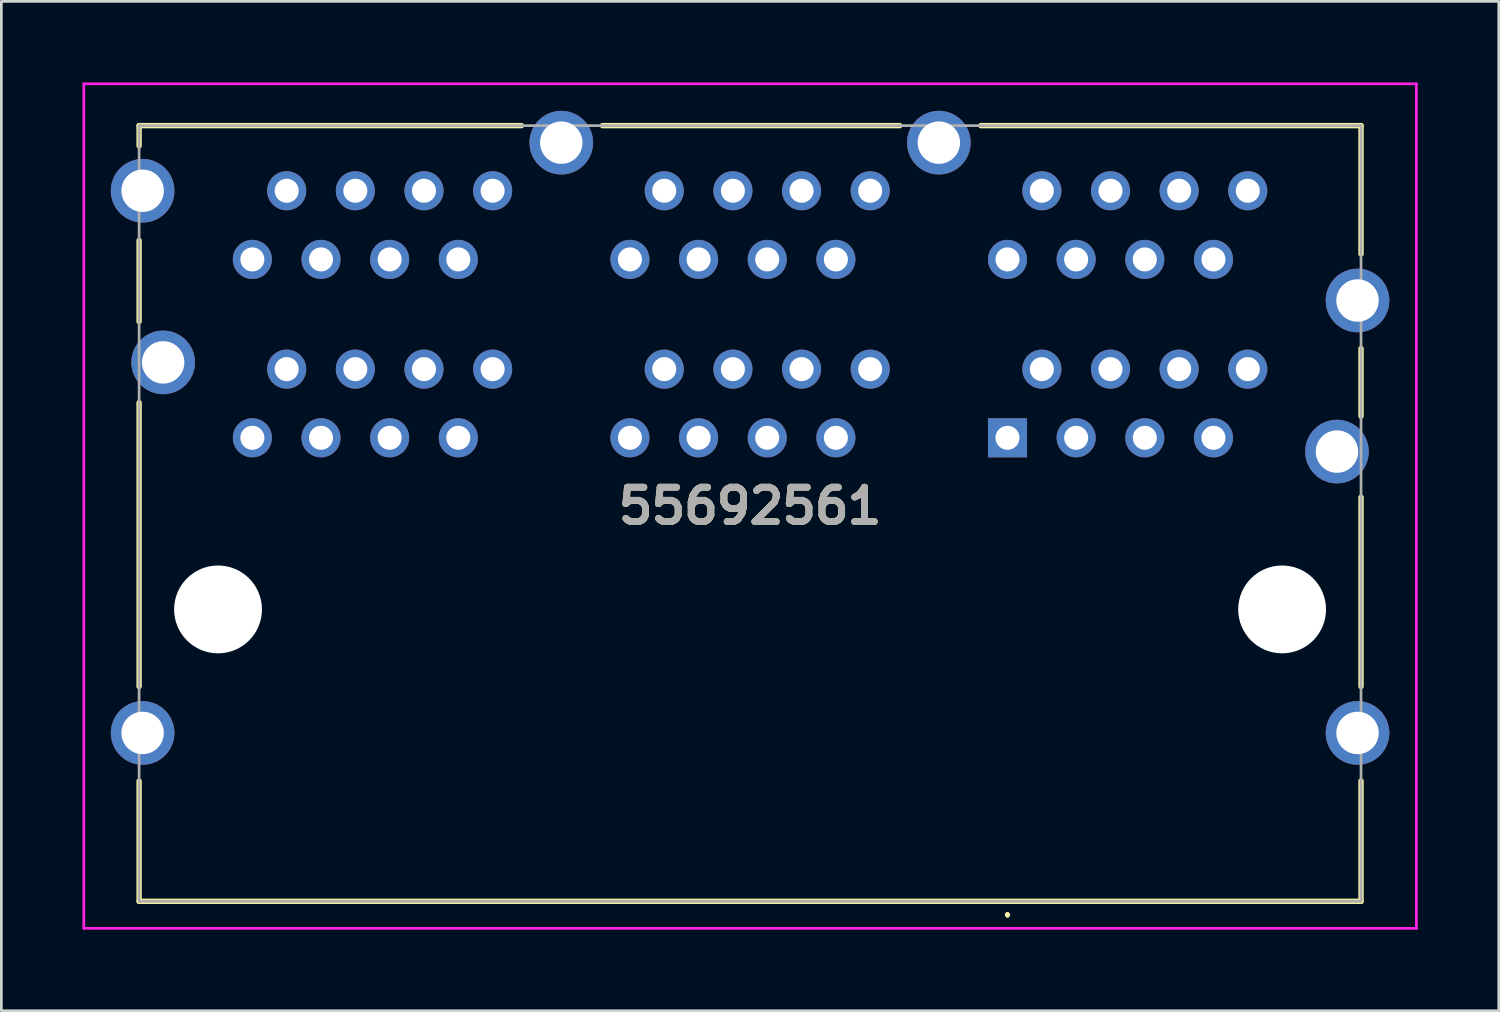
<source format=kicad_pcb>
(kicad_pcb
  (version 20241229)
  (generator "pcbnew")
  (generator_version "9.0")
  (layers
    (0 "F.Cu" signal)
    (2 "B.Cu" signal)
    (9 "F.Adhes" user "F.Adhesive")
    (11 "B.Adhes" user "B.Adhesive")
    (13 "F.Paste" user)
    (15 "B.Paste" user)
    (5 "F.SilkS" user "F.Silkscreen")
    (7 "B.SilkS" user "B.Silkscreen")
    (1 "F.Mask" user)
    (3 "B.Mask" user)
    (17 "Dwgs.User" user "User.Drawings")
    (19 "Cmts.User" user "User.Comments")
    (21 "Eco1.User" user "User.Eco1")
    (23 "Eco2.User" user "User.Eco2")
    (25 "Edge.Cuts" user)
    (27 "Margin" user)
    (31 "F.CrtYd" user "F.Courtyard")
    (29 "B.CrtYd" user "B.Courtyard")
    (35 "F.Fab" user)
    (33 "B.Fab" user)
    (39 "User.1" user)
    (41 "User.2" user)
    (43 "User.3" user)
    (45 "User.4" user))
  (footprint "55692561"
    (layer "F.Cu")
    (at 34.227 13.148)
    (property "Reference" "55692561" (at -9.525 2.526 0) (layer "F.SilkS") (effects (font (size 1.27 1.27) (thickness 0.254))))
    (attr through_hole)
    (fp_line (start -32.13 -11.55) (end -32.13 -10.8) (stroke (width 0.2) (type solid)) (layer "F.SilkS"))
    (fp_line (start -32.13 -7.3) (end -32.13 -4.3) (stroke (width 0.2) (type solid)) (layer "F.SilkS"))
    (fp_line (start -32.13 -1.3) (end -32.13 9.2) (stroke (width 0.2) (type solid)) (layer "F.SilkS"))
    (fp_line (start -32.13 12.7) (end -32.13 17.15) (stroke (width 0.2) (type solid)) (layer "F.SilkS"))
    (fp_line (start -32.13 17.15) (end 13.08 17.15) (stroke (width 0.2) (type solid)) (layer "F.SilkS"))
    (fp_line (start -17.985 -11.55) (end -32.13 -11.55) (stroke (width 0.2) (type solid)) (layer "F.SilkS"))
    (fp_line (start -3.985 -11.55) (end -14.985 -11.55) (stroke (width 0.2) (type solid)) (layer "F.SilkS"))
    (fp_line (start 0 17.6) (end 0 17.6) (stroke (width 0.1) (type solid)) (layer "F.SilkS"))
    (fp_line (start 0 17.7) (end 0 17.7) (stroke (width 0.1) (type solid)) (layer "F.SilkS"))
    (fp_line (start 13.08 -11.55) (end -0.985 -11.55) (stroke (width 0.2) (type solid)) (layer "F.SilkS"))
    (fp_line (start 13.08 -6.8) (end 13.08 -11.55) (stroke (width 0.2) (type solid)) (layer "F.SilkS"))
    (fp_line (start 13.08 -3.3) (end 13.08 -0.8) (stroke (width 0.2) (type solid)) (layer "F.SilkS"))
    (fp_line (start 13.08 2.2) (end 13.08 9.2) (stroke (width 0.2) (type solid)) (layer "F.SilkS"))
    (fp_line (start 13.08 17.15) (end 13.08 12.7) (stroke (width 0.2) (type solid)) (layer "F.SilkS"))
    (fp_arc (start 0 17.6) (mid 0.05 17.65) (end 0 17.7) (stroke (width 0.1) (type solid)) (layer "F.SilkS"))
    (fp_arc (start 0 17.7) (mid -0.05 17.65) (end 0 17.6) (stroke (width 0.1) (type solid)) (layer "F.SilkS"))
    (fp_line (start -34.177 -13.098) (end 15.127 -13.098) (stroke (width 0.1) (type solid)) (layer "F.CrtYd"))
    (fp_line (start -34.177 18.15) (end -34.177 -13.098) (stroke (width 0.1) (type solid)) (layer "F.CrtYd"))
    (fp_line (start 15.127 -13.098) (end 15.127 18.15) (stroke (width 0.1) (type solid)) (layer "F.CrtYd"))
    (fp_line (start 15.127 18.15) (end -34.177 18.15) (stroke (width 0.1) (type solid)) (layer "F.CrtYd"))
    (fp_line (start -32.13 -11.55) (end 13.08 -11.55) (stroke (width 0.1) (type solid)) (layer "F.Fab"))
    (fp_line (start -32.13 17.15) (end -32.13 -11.55) (stroke (width 0.1) (type solid)) (layer "F.Fab"))
    (fp_line (start 13.08 -11.55) (end 13.08 17.15) (stroke (width 0.1) (type solid)) (layer "F.Fab"))
    (fp_line (start 13.08 17.15) (end -32.13 17.15) (stroke (width 0.1) (type solid)) (layer "F.Fab"))
    (fp_text user "${REFERENCE}" (at -9.525 2.526 0) (layer "F.Fab") (effects (font (size 1.27 1.27) (thickness 0.254))))
    (pad "" np_thru_hole circle (at -29.21 6.35) (size 3.25 3.25) (drill 3.25) (layers "*.Cu" "*.Mask"))
    (pad "" np_thru_hole circle (at 10.16 6.35) (size 3.25 3.25) (drill 3.25) (layers "*.Cu" "*.Mask"))
    (pad "A1" thru_hole rect (at 0 0) (size 1.446 1.446) (drill 0.89) (layers "*.Cu" "*.Mask"))
    (pad "A2" thru_hole circle (at 1.27 -2.54) (size 1.446 1.446) (drill 0.89) (layers "*.Cu" "*.Mask"))
    (pad "A3" thru_hole circle (at 2.54 0) (size 1.446 1.446) (drill 0.89) (layers "*.Cu" "*.Mask"))
    (pad "A4" thru_hole circle (at 3.81 -2.54) (size 1.446 1.446) (drill 0.89) (layers "*.Cu" "*.Mask"))
    (pad "A5" thru_hole circle (at 5.08 0) (size 1.446 1.446) (drill 0.89) (layers "*.Cu" "*.Mask"))
    (pad "A6" thru_hole circle (at 6.35 -2.54) (size 1.446 1.446) (drill 0.89) (layers "*.Cu" "*.Mask"))
    (pad "A7" thru_hole circle (at 7.62 0) (size 1.446 1.446) (drill 0.89) (layers "*.Cu" "*.Mask"))
    (pad "A8" thru_hole circle (at 8.89 -2.54) (size 1.446 1.446) (drill 0.89) (layers "*.Cu" "*.Mask"))
    (pad "B1" thru_hole circle (at 8.89 -9.14) (size 1.446 1.446) (drill 0.89) (layers "*.Cu" "*.Mask"))
    (pad "B2" thru_hole circle (at 7.62 -6.6) (size 1.446 1.446) (drill 0.89) (layers "*.Cu" "*.Mask"))
    (pad "B3" thru_hole circle (at 6.35 -9.14) (size 1.446 1.446) (drill 0.89) (layers "*.Cu" "*.Mask"))
    (pad "B4" thru_hole circle (at 5.08 -6.6) (size 1.446 1.446) (drill 0.89) (layers "*.Cu" "*.Mask"))
    (pad "B5" thru_hole circle (at 3.81 -9.14) (size 1.446 1.446) (drill 0.89) (layers "*.Cu" "*.Mask"))
    (pad "B6" thru_hole circle (at 2.54 -6.6) (size 1.446 1.446) (drill 0.89) (layers "*.Cu" "*.Mask"))
    (pad "B7" thru_hole circle (at 1.27 -9.14) (size 1.446 1.446) (drill 0.89) (layers "*.Cu" "*.Mask"))
    (pad "B8" thru_hole circle (at 0 -6.6) (size 1.446 1.446) (drill 0.89) (layers "*.Cu" "*.Mask"))
    (pad "C1" thru_hole circle (at -13.97 0) (size 1.446 1.446) (drill 0.89) (layers "*.Cu" "*.Mask"))
    (pad "C2" thru_hole circle (at -12.7 -2.54) (size 1.446 1.446) (drill 0.89) (layers "*.Cu" "*.Mask"))
    (pad "C3" thru_hole circle (at -11.43 0) (size 1.446 1.446) (drill 0.89) (layers "*.Cu" "*.Mask"))
    (pad "C4" thru_hole circle (at -10.16 -2.54) (size 1.446 1.446) (drill 0.89) (layers "*.Cu" "*.Mask"))
    (pad "C5" thru_hole circle (at -8.89 0) (size 1.446 1.446) (drill 0.89) (layers "*.Cu" "*.Mask"))
    (pad "C6" thru_hole circle (at -7.62 -2.54) (size 1.446 1.446) (drill 0.89) (layers "*.Cu" "*.Mask"))
    (pad "C7" thru_hole circle (at -6.35 0) (size 1.446 1.446) (drill 0.89) (layers "*.Cu" "*.Mask"))
    (pad "C8" thru_hole circle (at -5.08 -2.54) (size 1.446 1.446) (drill 0.89) (layers "*.Cu" "*.Mask"))
    (pad "D1" thru_hole circle (at -5.08 -9.14) (size 1.446 1.446) (drill 0.89) (layers "*.Cu" "*.Mask"))
    (pad "D2" thru_hole circle (at -6.35 -6.6) (size 1.446 1.446) (drill 0.89) (layers "*.Cu" "*.Mask"))
    (pad "D3" thru_hole circle (at -7.62 -9.14) (size 1.446 1.446) (drill 0.89) (layers "*.Cu" "*.Mask"))
    (pad "D4" thru_hole circle (at -8.89 -6.6) (size 1.446 1.446) (drill 0.89) (layers "*.Cu" "*.Mask"))
    (pad "D5" thru_hole circle (at -10.16 -9.14) (size 1.446 1.446) (drill 0.89) (layers "*.Cu" "*.Mask"))
    (pad "D6" thru_hole circle (at -11.43 -6.6) (size 1.446 1.446) (drill 0.89) (layers "*.Cu" "*.Mask"))
    (pad "D7" thru_hole circle (at -12.7 -9.14) (size 1.446 1.446) (drill 0.89) (layers "*.Cu" "*.Mask"))
    (pad "D8" thru_hole circle (at -13.97 -6.6) (size 1.446 1.446) (drill 0.89) (layers "*.Cu" "*.Mask"))
    (pad "E1" thru_hole circle (at -27.94 0) (size 1.446 1.446) (drill 0.89) (layers "*.Cu" "*.Mask"))
    (pad "E2" thru_hole circle (at -26.67 -2.54) (size 1.446 1.446) (drill 0.89) (layers "*.Cu" "*.Mask"))
    (pad "E3" thru_hole circle (at -25.4 0) (size 1.446 1.446) (drill 0.89) (layers "*.Cu" "*.Mask"))
    (pad "E4" thru_hole circle (at -24.13 -2.54) (size 1.446 1.446) (drill 0.89) (layers "*.Cu" "*.Mask"))
    (pad "E5" thru_hole circle (at -22.86 0) (size 1.446 1.446) (drill 0.89) (layers "*.Cu" "*.Mask"))
    (pad "E6" thru_hole circle (at -21.59 -2.54) (size 1.446 1.446) (drill 0.89) (layers "*.Cu" "*.Mask"))
    (pad "E7" thru_hole circle (at -20.32 0) (size 1.446 1.446) (drill 0.89) (layers "*.Cu" "*.Mask"))
    (pad "E8" thru_hole circle (at -19.05 -2.54) (size 1.446 1.446) (drill 0.89) (layers "*.Cu" "*.Mask"))
    (pad "F1" thru_hole circle (at -19.05 -9.14) (size 1.446 1.446) (drill 0.89) (layers "*.Cu" "*.Mask"))
    (pad "F2" thru_hole circle (at -20.32 -6.6) (size 1.446 1.446) (drill 0.89) (layers "*.Cu" "*.Mask"))
    (pad "F3" thru_hole circle (at -21.59 -9.14) (size 1.446 1.446) (drill 0.89) (layers "*.Cu" "*.Mask"))
    (pad "F4" thru_hole circle (at -22.86 -6.6) (size 1.446 1.446) (drill 0.89) (layers "*.Cu" "*.Mask"))
    (pad "F5" thru_hole circle (at -24.13 -9.14) (size 1.446 1.446) (drill 0.89) (layers "*.Cu" "*.Mask"))
    (pad "F6" thru_hole circle (at -25.4 -6.6) (size 1.446 1.446) (drill 0.89) (layers "*.Cu" "*.Mask"))
    (pad "F7" thru_hole circle (at -26.67 -9.14) (size 1.446 1.446) (drill 0.89) (layers "*.Cu" "*.Mask"))
    (pad "F8" thru_hole circle (at -27.94 -6.6) (size 1.446 1.446) (drill 0.89) (layers "*.Cu" "*.Mask"))
    (pad "MH1" thru_hole circle (at -2.54 -10.92) (size 2.355 2.355) (drill 1.57) (layers "*.Cu" "*.Mask"))
    (pad "MH2" thru_hole circle (at -16.51 -10.92) (size 2.355 2.355) (drill 1.57) (layers "*.Cu" "*.Mask"))
    (pad "MH3" thru_hole circle (at -32 -9.14) (size 2.355 2.355) (drill 1.57) (layers "*.Cu" "*.Mask"))
    (pad "MH4" thru_hole circle (at -31.24 -2.79) (size 2.355 2.355) (drill 1.57) (layers "*.Cu" "*.Mask"))
    (pad "MH5" thru_hole circle (at -32 10.92) (size 2.355 2.355) (drill 1.57) (layers "*.Cu" "*.Mask"))
    (pad "MH6" thru_hole circle (at 12.95 10.92) (size 2.355 2.355) (drill 1.57) (layers "*.Cu" "*.Mask"))
    (pad "MH7" thru_hole circle (at 12.19 0.51) (size 2.355 2.355) (drill 1.57) (layers "*.Cu" "*.Mask"))
    (pad "MH8" thru_hole circle (at 12.95 -5.08) (size 2.355 2.355) (drill 1.57) (layers "*.Cu" "*.Mask")))
  (gr_rect
    (start -3 -3)
    (end 52.404 34.348)
    (stroke (width 0.1) (type default))
    (fill no)
    (layer "Edge.Cuts")))
</source>
